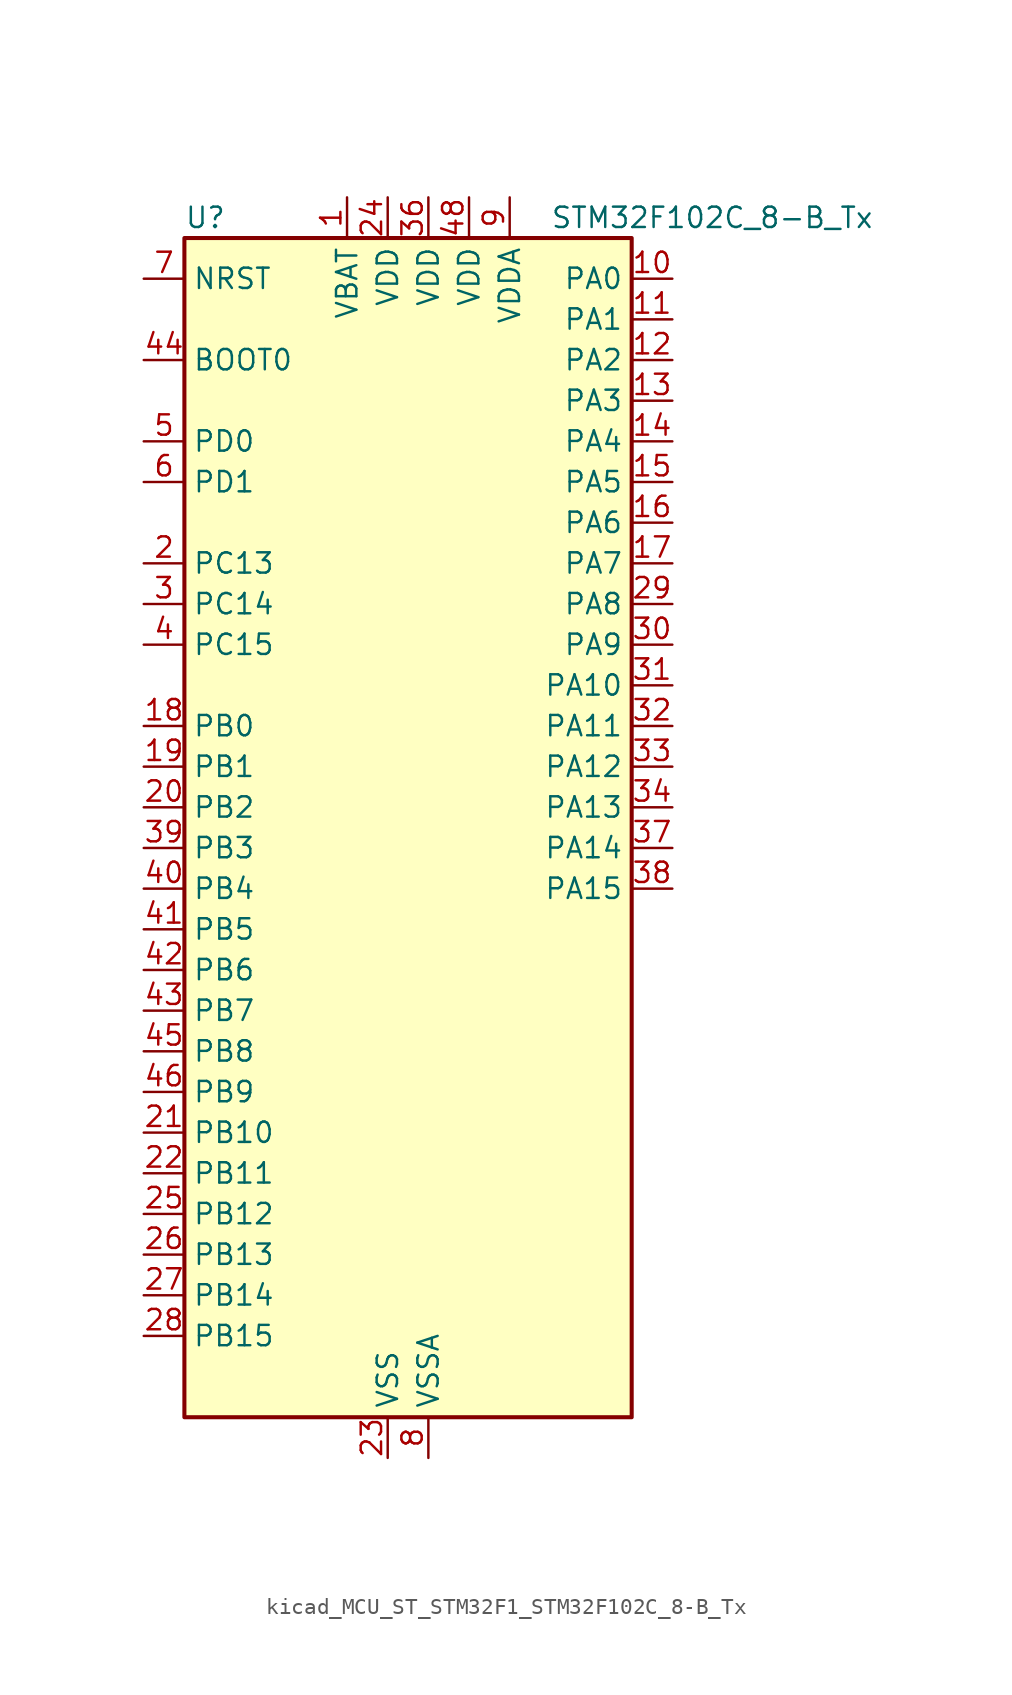
<source format=kicad_sym>
(kicad_symbol_lib
  (version 20220914)
  (generator kicad_symbol_editor)
  (symbol "kicad_MCU_ST_STM32F1_STM32F102C_8-B_Tx"
    (property "Reference" "U"
      (at -12.7 39.37 0)
      (effects (font (size 1.27 1.27)) (justify left)))
    (property "Value" "STM32F102C_8-B_Tx"
      (at 10.16 39.37 0)
      (effects (font (size 1.27 1.27)) (justify left)))
    (property "ki_locked" ""
      (at 0 0 0)
      (effects (font (size 1.27 1.27))))
    (symbol "kicad_MCU_ST_STM32F1_STM32F102C_8-B_Tx_0_1"
      (rectangle (start -12.7 -35.56) (end 15.24 38.1) (stroke (width 0.254) (type default)) (fill (type background))))
    (symbol "kicad_MCU_ST_STM32F1_STM32F102C_8-B_Tx_1_1"
      (pin power_in line (at -2.54 40.64 270) (length 2.54) (name "VBAT" (effects (font (size 1.27 1.27)))) (number "1" (effects (font (size 1.27 1.27)))))
      (pin bidirectional line (at 17.78 35.56 180) (length 2.54) (name "PA0" (effects (font (size 1.27 1.27)))) (number "10" (effects (font (size 1.27 1.27)))) (alternate "ADC1_IN0" bidirectional line) (alternate "SYS_WKUP" bidirectional line) (alternate "TIM2_CH1" bidirectional line) (alternate "TIM2_ETR" bidirectional line) (alternate "USART2_CTS" bidirectional line))
      (pin bidirectional line (at 17.78 33.02 180) (length 2.54) (name "PA1" (effects (font (size 1.27 1.27)))) (number "11" (effects (font (size 1.27 1.27)))) (alternate "ADC1_IN1" bidirectional line) (alternate "TIM2_CH2" bidirectional line) (alternate "USART2_RTS" bidirectional line))
      (pin bidirectional line (at 17.78 30.48 180) (length 2.54) (name "PA2" (effects (font (size 1.27 1.27)))) (number "12" (effects (font (size 1.27 1.27)))) (alternate "ADC1_IN2" bidirectional line) (alternate "TIM2_CH3" bidirectional line) (alternate "USART2_TX" bidirectional line))
      (pin bidirectional line (at 17.78 27.94 180) (length 2.54) (name "PA3" (effects (font (size 1.27 1.27)))) (number "13" (effects (font (size 1.27 1.27)))) (alternate "ADC1_IN3" bidirectional line) (alternate "TIM2_CH4" bidirectional line) (alternate "USART2_RX" bidirectional line))
      (pin bidirectional line (at 17.78 25.4 180) (length 2.54) (name "PA4" (effects (font (size 1.27 1.27)))) (number "14" (effects (font (size 1.27 1.27)))) (alternate "ADC1_IN4" bidirectional line) (alternate "SPI1_NSS" bidirectional line) (alternate "USART2_CK" bidirectional line))
      (pin bidirectional line (at 17.78 22.86 180) (length 2.54) (name "PA5" (effects (font (size 1.27 1.27)))) (number "15" (effects (font (size 1.27 1.27)))) (alternate "ADC1_IN5" bidirectional line) (alternate "SPI1_SCK" bidirectional line))
      (pin bidirectional line (at 17.78 20.32 180) (length 2.54) (name "PA6" (effects (font (size 1.27 1.27)))) (number "16" (effects (font (size 1.27 1.27)))) (alternate "ADC1_IN6" bidirectional line) (alternate "SPI1_MISO" bidirectional line) (alternate "TIM3_CH1" bidirectional line))
      (pin bidirectional line (at 17.78 17.78 180) (length 2.54) (name "PA7" (effects (font (size 1.27 1.27)))) (number "17" (effects (font (size 1.27 1.27)))) (alternate "ADC1_IN7" bidirectional line) (alternate "SPI1_MOSI" bidirectional line) (alternate "TIM3_CH2" bidirectional line))
      (pin bidirectional line (at -15.24 7.62 0) (length 2.54) (name "PB0" (effects (font (size 1.27 1.27)))) (number "18" (effects (font (size 1.27 1.27)))) (alternate "ADC1_IN8" bidirectional line) (alternate "TIM3_CH3" bidirectional line))
      (pin bidirectional line (at -15.24 5.08 0) (length 2.54) (name "PB1" (effects (font (size 1.27 1.27)))) (number "19" (effects (font (size 1.27 1.27)))) (alternate "ADC1_IN9" bidirectional line) (alternate "TIM3_CH4" bidirectional line))
      (pin bidirectional line (at -15.24 17.78 0) (length 2.54) (name "PC13" (effects (font (size 1.27 1.27)))) (number "2" (effects (font (size 1.27 1.27)))) (alternate "RTC_OUT" bidirectional line) (alternate "RTC_TAMPER" bidirectional line))
      (pin bidirectional line (at -15.24 2.54 0) (length 2.54) (name "PB2" (effects (font (size 1.27 1.27)))) (number "20" (effects (font (size 1.27 1.27)))))
      (pin bidirectional line (at -15.24 -17.78 0) (length 2.54) (name "PB10" (effects (font (size 1.27 1.27)))) (number "21" (effects (font (size 1.27 1.27)))) (alternate "I2C2_SCL" bidirectional line) (alternate "TIM2_CH3" bidirectional line) (alternate "USART3_TX" bidirectional line))
      (pin bidirectional line (at -15.24 -20.32 0) (length 2.54) (name "PB11" (effects (font (size 1.27 1.27)))) (number "22" (effects (font (size 1.27 1.27)))) (alternate "ADC1_EXTI11" bidirectional line) (alternate "I2C2_SDA" bidirectional line) (alternate "TIM2_CH4" bidirectional line) (alternate "USART3_RX" bidirectional line))
      (pin power_in line (at 0 -38.1 90) (length 2.54) (name "VSS" (effects (font (size 1.27 1.27)))) (number "23" (effects (font (size 1.27 1.27)))))
      (pin power_in line (at 0 40.64 270) (length 2.54) (name "VDD" (effects (font (size 1.27 1.27)))) (number "24" (effects (font (size 1.27 1.27)))))
      (pin bidirectional line (at -15.24 -22.86 0) (length 2.54) (name "PB12" (effects (font (size 1.27 1.27)))) (number "25" (effects (font (size 1.27 1.27)))) (alternate "I2C2_SMBA" bidirectional line) (alternate "SPI2_NSS" bidirectional line) (alternate "USART3_CK" bidirectional line))
      (pin bidirectional line (at -15.24 -25.4 0) (length 2.54) (name "PB13" (effects (font (size 1.27 1.27)))) (number "26" (effects (font (size 1.27 1.27)))) (alternate "SPI2_SCK" bidirectional line) (alternate "USART3_CTS" bidirectional line))
      (pin bidirectional line (at -15.24 -27.94 0) (length 2.54) (name "PB14" (effects (font (size 1.27 1.27)))) (number "27" (effects (font (size 1.27 1.27)))) (alternate "SPI2_MISO" bidirectional line) (alternate "USART3_RTS" bidirectional line))
      (pin bidirectional line (at -15.24 -30.48 0) (length 2.54) (name "PB15" (effects (font (size 1.27 1.27)))) (number "28" (effects (font (size 1.27 1.27)))) (alternate "ADC1_EXTI15" bidirectional line) (alternate "SPI2_MOSI" bidirectional line))
      (pin bidirectional line (at 17.78 15.24 180) (length 2.54) (name "PA8" (effects (font (size 1.27 1.27)))) (number "29" (effects (font (size 1.27 1.27)))) (alternate "RCC_MCO" bidirectional line) (alternate "USART1_CK" bidirectional line))
      (pin bidirectional line (at -15.24 15.24 0) (length 2.54) (name "PC14" (effects (font (size 1.27 1.27)))) (number "3" (effects (font (size 1.27 1.27)))) (alternate "RCC_OSC32_IN" bidirectional line))
      (pin bidirectional line (at 17.78 12.7 180) (length 2.54) (name "PA9" (effects (font (size 1.27 1.27)))) (number "30" (effects (font (size 1.27 1.27)))) (alternate "USART1_TX" bidirectional line))
      (pin bidirectional line (at 17.78 10.16 180) (length 2.54) (name "PA10" (effects (font (size 1.27 1.27)))) (number "31" (effects (font (size 1.27 1.27)))) (alternate "USART1_RX" bidirectional line))
      (pin bidirectional line (at 17.78 7.62 180) (length 2.54) (name "PA11" (effects (font (size 1.27 1.27)))) (number "32" (effects (font (size 1.27 1.27)))) (alternate "ADC1_EXTI11" bidirectional line) (alternate "USART1_CTS" bidirectional line) (alternate "USB_DM" bidirectional line))
      (pin bidirectional line (at 17.78 5.08 180) (length 2.54) (name "PA12" (effects (font (size 1.27 1.27)))) (number "33" (effects (font (size 1.27 1.27)))) (alternate "USART1_RTS" bidirectional line) (alternate "USB_DP" bidirectional line))
      (pin bidirectional line (at 17.78 2.54 180) (length 2.54) (name "PA13" (effects (font (size 1.27 1.27)))) (number "34" (effects (font (size 1.27 1.27)))) (alternate "SYS_JTMS-SWDIO" bidirectional line))
      (pin passive line (at 0 -38.1 90) (length 2.54) hide (name "VSS" (effects (font (size 1.27 1.27)))) (number "35" (effects (font (size 1.27 1.27)))))
      (pin power_in line (at 2.54 40.64 270) (length 2.54) (name "VDD" (effects (font (size 1.27 1.27)))) (number "36" (effects (font (size 1.27 1.27)))))
      (pin bidirectional line (at 17.78 0 180) (length 2.54) (name "PA14" (effects (font (size 1.27 1.27)))) (number "37" (effects (font (size 1.27 1.27)))) (alternate "SYS_JTCK-SWCLK" bidirectional line))
      (pin bidirectional line (at 17.78 -2.54 180) (length 2.54) (name "PA15" (effects (font (size 1.27 1.27)))) (number "38" (effects (font (size 1.27 1.27)))) (alternate "ADC1_EXTI15" bidirectional line) (alternate "SPI1_NSS" bidirectional line) (alternate "SYS_JTDI" bidirectional line) (alternate "TIM2_CH1" bidirectional line) (alternate "TIM2_ETR" bidirectional line))
      (pin bidirectional line (at -15.24 0 0) (length 2.54) (name "PB3" (effects (font (size 1.27 1.27)))) (number "39" (effects (font (size 1.27 1.27)))) (alternate "SPI1_SCK" bidirectional line) (alternate "SYS_JTDO-TRACESWO" bidirectional line) (alternate "TIM2_CH2" bidirectional line))
      (pin bidirectional line (at -15.24 12.7 0) (length 2.54) (name "PC15" (effects (font (size 1.27 1.27)))) (number "4" (effects (font (size 1.27 1.27)))) (alternate "ADC1_EXTI15" bidirectional line) (alternate "RCC_OSC32_OUT" bidirectional line))
      (pin bidirectional line (at -15.24 -2.54 0) (length 2.54) (name "PB4" (effects (font (size 1.27 1.27)))) (number "40" (effects (font (size 1.27 1.27)))) (alternate "SPI1_MISO" bidirectional line) (alternate "SYS_NJTRST" bidirectional line) (alternate "TIM3_CH1" bidirectional line))
      (pin bidirectional line (at -15.24 -5.08 0) (length 2.54) (name "PB5" (effects (font (size 1.27 1.27)))) (number "41" (effects (font (size 1.27 1.27)))) (alternate "I2C1_SMBA" bidirectional line) (alternate "SPI1_MOSI" bidirectional line) (alternate "TIM3_CH2" bidirectional line))
      (pin bidirectional line (at -15.24 -7.62 0) (length 2.54) (name "PB6" (effects (font (size 1.27 1.27)))) (number "42" (effects (font (size 1.27 1.27)))) (alternate "I2C1_SCL" bidirectional line) (alternate "TIM4_CH1" bidirectional line) (alternate "USART1_TX" bidirectional line))
      (pin bidirectional line (at -15.24 -10.16 0) (length 2.54) (name "PB7" (effects (font (size 1.27 1.27)))) (number "43" (effects (font (size 1.27 1.27)))) (alternate "I2C1_SDA" bidirectional line) (alternate "TIM4_CH2" bidirectional line) (alternate "USART1_RX" bidirectional line))
      (pin input line (at -15.24 30.48 0) (length 2.54) (name "BOOT0" (effects (font (size 1.27 1.27)))) (number "44" (effects (font (size 1.27 1.27)))))
      (pin bidirectional line (at -15.24 -12.7 0) (length 2.54) (name "PB8" (effects (font (size 1.27 1.27)))) (number "45" (effects (font (size 1.27 1.27)))) (alternate "I2C1_SCL" bidirectional line) (alternate "TIM4_CH3" bidirectional line))
      (pin bidirectional line (at -15.24 -15.24 0) (length 2.54) (name "PB9" (effects (font (size 1.27 1.27)))) (number "46" (effects (font (size 1.27 1.27)))) (alternate "I2C1_SDA" bidirectional line) (alternate "TIM4_CH4" bidirectional line))
      (pin passive line (at 0 -38.1 90) (length 2.54) hide (name "VSS" (effects (font (size 1.27 1.27)))) (number "47" (effects (font (size 1.27 1.27)))))
      (pin power_in line (at 5.08 40.64 270) (length 2.54) (name "VDD" (effects (font (size 1.27 1.27)))) (number "48" (effects (font (size 1.27 1.27)))))
      (pin bidirectional line (at -15.24 25.4 0) (length 2.54) (name "PD0" (effects (font (size 1.27 1.27)))) (number "5" (effects (font (size 1.27 1.27)))) (alternate "RCC_OSC_IN" bidirectional line))
      (pin bidirectional line (at -15.24 22.86 0) (length 2.54) (name "PD1" (effects (font (size 1.27 1.27)))) (number "6" (effects (font (size 1.27 1.27)))) (alternate "RCC_OSC_OUT" bidirectional line))
      (pin input line (at -15.24 35.56 0) (length 2.54) (name "NRST" (effects (font (size 1.27 1.27)))) (number "7" (effects (font (size 1.27 1.27)))))
      (pin power_in line (at 2.54 -38.1 90) (length 2.54) (name "VSSA" (effects (font (size 1.27 1.27)))) (number "8" (effects (font (size 1.27 1.27)))))
      (pin power_in line (at 7.62 40.64 270) (length 2.54) (name "VDDA" (effects (font (size 1.27 1.27)))) (number "9" (effects (font (size 1.27 1.27))))))))
</source>
